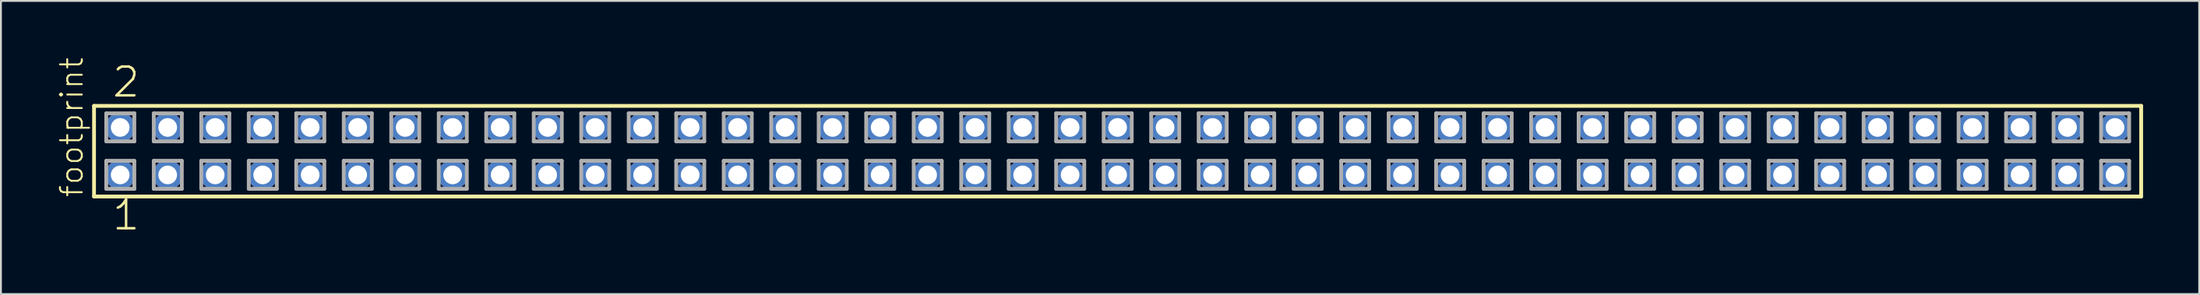
<source format=kicad_pcb>
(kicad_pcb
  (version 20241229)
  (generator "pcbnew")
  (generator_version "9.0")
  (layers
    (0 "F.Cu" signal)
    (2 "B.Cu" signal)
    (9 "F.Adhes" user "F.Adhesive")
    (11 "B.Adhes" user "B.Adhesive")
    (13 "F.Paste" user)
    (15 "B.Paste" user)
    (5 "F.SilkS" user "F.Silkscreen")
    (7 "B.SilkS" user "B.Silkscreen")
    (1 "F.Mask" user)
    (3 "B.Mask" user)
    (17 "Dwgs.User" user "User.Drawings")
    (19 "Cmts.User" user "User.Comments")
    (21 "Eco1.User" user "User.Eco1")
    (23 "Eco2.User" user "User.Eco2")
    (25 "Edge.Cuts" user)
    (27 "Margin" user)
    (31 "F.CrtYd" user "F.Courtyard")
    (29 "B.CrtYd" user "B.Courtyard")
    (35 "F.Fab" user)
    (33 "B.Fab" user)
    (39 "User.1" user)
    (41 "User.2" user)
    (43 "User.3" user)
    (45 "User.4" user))
  (footprint "footprint"
    (layer "F.Cu")
    (at 56.718 5.042)
    (property "Reference" "footprint" (at -55.245 2.54 90) (layer "F.SilkS") (effects (font (size 1.168 1.168) (thickness 0.102)) (justify left bottom)))
    (fp_line (start -54.739 -2.425) (end 54.739 -2.425) (stroke (width 0.203) (type solid)) (layer "F.SilkS"))
    (fp_line (start -54.739 2.425) (end -54.739 -2.425) (stroke (width 0.203) (type solid)) (layer "F.SilkS"))
    (fp_line (start 54.739 -2.425) (end 54.739 2.425) (stroke (width 0.203) (type solid)) (layer "F.SilkS"))
    (fp_line (start 54.739 2.425) (end -54.739 2.425) (stroke (width 0.203) (type solid)) (layer "F.SilkS"))
    (fp_line (start -54.085 -2.025) (end -52.585 -2.025) (stroke (width 0.203) (type solid)) (layer "F.Fab"))
    (fp_line (start -54.085 -0.525) (end -54.085 -2.025) (stroke (width 0.203) (type solid)) (layer "F.Fab"))
    (fp_line (start -54.085 0.515) (end -52.585 0.515) (stroke (width 0.203) (type solid)) (layer "F.Fab"))
    (fp_line (start -54.085 2.015) (end -54.085 0.515) (stroke (width 0.203) (type solid)) (layer "F.Fab"))
    (fp_line (start -52.585 -2.025) (end -52.585 -0.525) (stroke (width 0.203) (type solid)) (layer "F.Fab"))
    (fp_line (start -52.585 -0.525) (end -54.085 -0.525) (stroke (width 0.203) (type solid)) (layer "F.Fab"))
    (fp_line (start -52.585 0.515) (end -52.585 2.015) (stroke (width 0.203) (type solid)) (layer "F.Fab"))
    (fp_line (start -52.585 2.015) (end -54.085 2.015) (stroke (width 0.203) (type solid)) (layer "F.Fab"))
    (fp_line (start -51.545 -2.025) (end -50.045 -2.025) (stroke (width 0.203) (type solid)) (layer "F.Fab"))
    (fp_line (start -51.545 -0.525) (end -51.545 -2.025) (stroke (width 0.203) (type solid)) (layer "F.Fab"))
    (fp_line (start -51.545 0.515) (end -50.045 0.515) (stroke (width 0.203) (type solid)) (layer "F.Fab"))
    (fp_line (start -51.545 2.015) (end -51.545 0.515) (stroke (width 0.203) (type solid)) (layer "F.Fab"))
    (fp_line (start -50.045 -2.025) (end -50.045 -0.525) (stroke (width 0.203) (type solid)) (layer "F.Fab"))
    (fp_line (start -50.045 -0.525) (end -51.545 -0.525) (stroke (width 0.203) (type solid)) (layer "F.Fab"))
    (fp_line (start -50.045 0.515) (end -50.045 2.015) (stroke (width 0.203) (type solid)) (layer "F.Fab"))
    (fp_line (start -50.045 2.015) (end -51.545 2.015) (stroke (width 0.203) (type solid)) (layer "F.Fab"))
    (fp_line (start -49.005 -2.025) (end -47.505 -2.025) (stroke (width 0.203) (type solid)) (layer "F.Fab"))
    (fp_line (start -49.005 -0.525) (end -49.005 -2.025) (stroke (width 0.203) (type solid)) (layer "F.Fab"))
    (fp_line (start -49.005 0.515) (end -47.505 0.515) (stroke (width 0.203) (type solid)) (layer "F.Fab"))
    (fp_line (start -49.005 2.015) (end -49.005 0.515) (stroke (width 0.203) (type solid)) (layer "F.Fab"))
    (fp_line (start -47.505 -2.025) (end -47.505 -0.525) (stroke (width 0.203) (type solid)) (layer "F.Fab"))
    (fp_line (start -47.505 -0.525) (end -49.005 -0.525) (stroke (width 0.203) (type solid)) (layer "F.Fab"))
    (fp_line (start -47.505 0.515) (end -47.505 2.015) (stroke (width 0.203) (type solid)) (layer "F.Fab"))
    (fp_line (start -47.505 2.015) (end -49.005 2.015) (stroke (width 0.203) (type solid)) (layer "F.Fab"))
    (fp_line (start -46.465 -2.025) (end -44.965 -2.025) (stroke (width 0.203) (type solid)) (layer "F.Fab"))
    (fp_line (start -46.465 -0.525) (end -46.465 -2.025) (stroke (width 0.203) (type solid)) (layer "F.Fab"))
    (fp_line (start -46.465 0.515) (end -44.965 0.515) (stroke (width 0.203) (type solid)) (layer "F.Fab"))
    (fp_line (start -46.465 2.015) (end -46.465 0.515) (stroke (width 0.203) (type solid)) (layer "F.Fab"))
    (fp_line (start -44.965 -2.025) (end -44.965 -0.525) (stroke (width 0.203) (type solid)) (layer "F.Fab"))
    (fp_line (start -44.965 -0.525) (end -46.465 -0.525) (stroke (width 0.203) (type solid)) (layer "F.Fab"))
    (fp_line (start -44.965 0.515) (end -44.965 2.015) (stroke (width 0.203) (type solid)) (layer "F.Fab"))
    (fp_line (start -44.965 2.015) (end -46.465 2.015) (stroke (width 0.203) (type solid)) (layer "F.Fab"))
    (fp_line (start -43.925 -2.025) (end -42.425 -2.025) (stroke (width 0.203) (type solid)) (layer "F.Fab"))
    (fp_line (start -43.925 -0.525) (end -43.925 -2.025) (stroke (width 0.203) (type solid)) (layer "F.Fab"))
    (fp_line (start -43.925 0.515) (end -42.425 0.515) (stroke (width 0.203) (type solid)) (layer "F.Fab"))
    (fp_line (start -43.925 2.015) (end -43.925 0.515) (stroke (width 0.203) (type solid)) (layer "F.Fab"))
    (fp_line (start -42.425 -2.025) (end -42.425 -0.525) (stroke (width 0.203) (type solid)) (layer "F.Fab"))
    (fp_line (start -42.425 -0.525) (end -43.925 -0.525) (stroke (width 0.203) (type solid)) (layer "F.Fab"))
    (fp_line (start -42.425 0.515) (end -42.425 2.015) (stroke (width 0.203) (type solid)) (layer "F.Fab"))
    (fp_line (start -42.425 2.015) (end -43.925 2.015) (stroke (width 0.203) (type solid)) (layer "F.Fab"))
    (fp_line (start -41.385 -2.025) (end -39.885 -2.025) (stroke (width 0.203) (type solid)) (layer "F.Fab"))
    (fp_line (start -41.385 -0.525) (end -41.385 -2.025) (stroke (width 0.203) (type solid)) (layer "F.Fab"))
    (fp_line (start -41.385 0.515) (end -39.885 0.515) (stroke (width 0.203) (type solid)) (layer "F.Fab"))
    (fp_line (start -41.385 2.015) (end -41.385 0.515) (stroke (width 0.203) (type solid)) (layer "F.Fab"))
    (fp_line (start -39.885 -2.025) (end -39.885 -0.525) (stroke (width 0.203) (type solid)) (layer "F.Fab"))
    (fp_line (start -39.885 -0.525) (end -41.385 -0.525) (stroke (width 0.203) (type solid)) (layer "F.Fab"))
    (fp_line (start -39.885 0.515) (end -39.885 2.015) (stroke (width 0.203) (type solid)) (layer "F.Fab"))
    (fp_line (start -39.885 2.015) (end -41.385 2.015) (stroke (width 0.203) (type solid)) (layer "F.Fab"))
    (fp_line (start -38.845 -2.025) (end -37.345 -2.025) (stroke (width 0.203) (type solid)) (layer "F.Fab"))
    (fp_line (start -38.845 -0.525) (end -38.845 -2.025) (stroke (width 0.203) (type solid)) (layer "F.Fab"))
    (fp_line (start -38.845 0.515) (end -37.345 0.515) (stroke (width 0.203) (type solid)) (layer "F.Fab"))
    (fp_line (start -38.845 2.015) (end -38.845 0.515) (stroke (width 0.203) (type solid)) (layer "F.Fab"))
    (fp_line (start -37.345 -2.025) (end -37.345 -0.525) (stroke (width 0.203) (type solid)) (layer "F.Fab"))
    (fp_line (start -37.345 -0.525) (end -38.845 -0.525) (stroke (width 0.203) (type solid)) (layer "F.Fab"))
    (fp_line (start -37.345 0.515) (end -37.345 2.015) (stroke (width 0.203) (type solid)) (layer "F.Fab"))
    (fp_line (start -37.345 2.015) (end -38.845 2.015) (stroke (width 0.203) (type solid)) (layer "F.Fab"))
    (fp_line (start -36.305 -2.025) (end -34.805 -2.025) (stroke (width 0.203) (type solid)) (layer "F.Fab"))
    (fp_line (start -36.305 -0.525) (end -36.305 -2.025) (stroke (width 0.203) (type solid)) (layer "F.Fab"))
    (fp_line (start -36.305 0.515) (end -34.805 0.515) (stroke (width 0.203) (type solid)) (layer "F.Fab"))
    (fp_line (start -36.305 2.015) (end -36.305 0.515) (stroke (width 0.203) (type solid)) (layer "F.Fab"))
    (fp_line (start -34.805 -2.025) (end -34.805 -0.525) (stroke (width 0.203) (type solid)) (layer "F.Fab"))
    (fp_line (start -34.805 -0.525) (end -36.305 -0.525) (stroke (width 0.203) (type solid)) (layer "F.Fab"))
    (fp_line (start -34.805 0.515) (end -34.805 2.015) (stroke (width 0.203) (type solid)) (layer "F.Fab"))
    (fp_line (start -34.805 2.015) (end -36.305 2.015) (stroke (width 0.203) (type solid)) (layer "F.Fab"))
    (fp_line (start -33.765 -2.025) (end -32.265 -2.025) (stroke (width 0.203) (type solid)) (layer "F.Fab"))
    (fp_line (start -33.765 -0.525) (end -33.765 -2.025) (stroke (width 0.203) (type solid)) (layer "F.Fab"))
    (fp_line (start -33.765 0.515) (end -32.265 0.515) (stroke (width 0.203) (type solid)) (layer "F.Fab"))
    (fp_line (start -33.765 2.015) (end -33.765 0.515) (stroke (width 0.203) (type solid)) (layer "F.Fab"))
    (fp_line (start -32.265 -2.025) (end -32.265 -0.525) (stroke (width 0.203) (type solid)) (layer "F.Fab"))
    (fp_line (start -32.265 -0.525) (end -33.765 -0.525) (stroke (width 0.203) (type solid)) (layer "F.Fab"))
    (fp_line (start -32.265 0.515) (end -32.265 2.015) (stroke (width 0.203) (type solid)) (layer "F.Fab"))
    (fp_line (start -32.265 2.015) (end -33.765 2.015) (stroke (width 0.203) (type solid)) (layer "F.Fab"))
    (fp_line (start -31.225 -2.025) (end -29.725 -2.025) (stroke (width 0.203) (type solid)) (layer "F.Fab"))
    (fp_line (start -31.225 -0.525) (end -31.225 -2.025) (stroke (width 0.203) (type solid)) (layer "F.Fab"))
    (fp_line (start -31.225 0.515) (end -29.725 0.515) (stroke (width 0.203) (type solid)) (layer "F.Fab"))
    (fp_line (start -31.225 2.015) (end -31.225 0.515) (stroke (width 0.203) (type solid)) (layer "F.Fab"))
    (fp_line (start -29.725 -2.025) (end -29.725 -0.525) (stroke (width 0.203) (type solid)) (layer "F.Fab"))
    (fp_line (start -29.725 -0.525) (end -31.225 -0.525) (stroke (width 0.203) (type solid)) (layer "F.Fab"))
    (fp_line (start -29.725 0.515) (end -29.725 2.015) (stroke (width 0.203) (type solid)) (layer "F.Fab"))
    (fp_line (start -29.725 2.015) (end -31.225 2.015) (stroke (width 0.203) (type solid)) (layer "F.Fab"))
    (fp_line (start -28.685 -2.025) (end -27.185 -2.025) (stroke (width 0.203) (type solid)) (layer "F.Fab"))
    (fp_line (start -28.685 -0.525) (end -28.685 -2.025) (stroke (width 0.203) (type solid)) (layer "F.Fab"))
    (fp_line (start -28.685 0.515) (end -27.185 0.515) (stroke (width 0.203) (type solid)) (layer "F.Fab"))
    (fp_line (start -28.685 2.015) (end -28.685 0.515) (stroke (width 0.203) (type solid)) (layer "F.Fab"))
    (fp_line (start -27.185 -2.025) (end -27.185 -0.525) (stroke (width 0.203) (type solid)) (layer "F.Fab"))
    (fp_line (start -27.185 -0.525) (end -28.685 -0.525) (stroke (width 0.203) (type solid)) (layer "F.Fab"))
    (fp_line (start -27.185 0.515) (end -27.185 2.015) (stroke (width 0.203) (type solid)) (layer "F.Fab"))
    (fp_line (start -27.185 2.015) (end -28.685 2.015) (stroke (width 0.203) (type solid)) (layer "F.Fab"))
    (fp_line (start -26.145 -2.025) (end -24.645 -2.025) (stroke (width 0.203) (type solid)) (layer "F.Fab"))
    (fp_line (start -26.145 -0.525) (end -26.145 -2.025) (stroke (width 0.203) (type solid)) (layer "F.Fab"))
    (fp_line (start -26.145 0.515) (end -24.645 0.515) (stroke (width 0.203) (type solid)) (layer "F.Fab"))
    (fp_line (start -26.145 2.015) (end -26.145 0.515) (stroke (width 0.203) (type solid)) (layer "F.Fab"))
    (fp_line (start -24.645 -2.025) (end -24.645 -0.525) (stroke (width 0.203) (type solid)) (layer "F.Fab"))
    (fp_line (start -24.645 -0.525) (end -26.145 -0.525) (stroke (width 0.203) (type solid)) (layer "F.Fab"))
    (fp_line (start -24.645 0.515) (end -24.645 2.015) (stroke (width 0.203) (type solid)) (layer "F.Fab"))
    (fp_line (start -24.645 2.015) (end -26.145 2.015) (stroke (width 0.203) (type solid)) (layer "F.Fab"))
    (fp_line (start -23.605 -2.025) (end -22.105 -2.025) (stroke (width 0.203) (type solid)) (layer "F.Fab"))
    (fp_line (start -23.605 -0.525) (end -23.605 -2.025) (stroke (width 0.203) (type solid)) (layer "F.Fab"))
    (fp_line (start -23.605 0.515) (end -22.105 0.515) (stroke (width 0.203) (type solid)) (layer "F.Fab"))
    (fp_line (start -23.605 2.015) (end -23.605 0.515) (stroke (width 0.203) (type solid)) (layer "F.Fab"))
    (fp_line (start -22.105 -2.025) (end -22.105 -0.525) (stroke (width 0.203) (type solid)) (layer "F.Fab"))
    (fp_line (start -22.105 -0.525) (end -23.605 -0.525) (stroke (width 0.203) (type solid)) (layer "F.Fab"))
    (fp_line (start -22.105 0.515) (end -22.105 2.015) (stroke (width 0.203) (type solid)) (layer "F.Fab"))
    (fp_line (start -22.105 2.015) (end -23.605 2.015) (stroke (width 0.203) (type solid)) (layer "F.Fab"))
    (fp_line (start -21.065 -2.025) (end -19.565 -2.025) (stroke (width 0.203) (type solid)) (layer "F.Fab"))
    (fp_line (start -21.065 -0.525) (end -21.065 -2.025) (stroke (width 0.203) (type solid)) (layer "F.Fab"))
    (fp_line (start -21.065 0.515) (end -19.565 0.515) (stroke (width 0.203) (type solid)) (layer "F.Fab"))
    (fp_line (start -21.065 2.015) (end -21.065 0.515) (stroke (width 0.203) (type solid)) (layer "F.Fab"))
    (fp_line (start -19.565 -2.025) (end -19.565 -0.525) (stroke (width 0.203) (type solid)) (layer "F.Fab"))
    (fp_line (start -19.565 -0.525) (end -21.065 -0.525) (stroke (width 0.203) (type solid)) (layer "F.Fab"))
    (fp_line (start -19.565 0.515) (end -19.565 2.015) (stroke (width 0.203) (type solid)) (layer "F.Fab"))
    (fp_line (start -19.565 2.015) (end -21.065 2.015) (stroke (width 0.203) (type solid)) (layer "F.Fab"))
    (fp_line (start -18.525 -2.025) (end -17.025 -2.025) (stroke (width 0.203) (type solid)) (layer "F.Fab"))
    (fp_line (start -18.525 -0.525) (end -18.525 -2.025) (stroke (width 0.203) (type solid)) (layer "F.Fab"))
    (fp_line (start -18.525 0.515) (end -17.025 0.515) (stroke (width 0.203) (type solid)) (layer "F.Fab"))
    (fp_line (start -18.525 2.015) (end -18.525 0.515) (stroke (width 0.203) (type solid)) (layer "F.Fab"))
    (fp_line (start -17.025 -2.025) (end -17.025 -0.525) (stroke (width 0.203) (type solid)) (layer "F.Fab"))
    (fp_line (start -17.025 -0.525) (end -18.525 -0.525) (stroke (width 0.203) (type solid)) (layer "F.Fab"))
    (fp_line (start -17.025 0.515) (end -17.025 2.015) (stroke (width 0.203) (type solid)) (layer "F.Fab"))
    (fp_line (start -17.025 2.015) (end -18.525 2.015) (stroke (width 0.203) (type solid)) (layer "F.Fab"))
    (fp_line (start -15.985 -2.025) (end -14.485 -2.025) (stroke (width 0.203) (type solid)) (layer "F.Fab"))
    (fp_line (start -15.985 -0.525) (end -15.985 -2.025) (stroke (width 0.203) (type solid)) (layer "F.Fab"))
    (fp_line (start -15.985 0.515) (end -14.485 0.515) (stroke (width 0.203) (type solid)) (layer "F.Fab"))
    (fp_line (start -15.985 2.015) (end -15.985 0.515) (stroke (width 0.203) (type solid)) (layer "F.Fab"))
    (fp_line (start -14.485 -2.025) (end -14.485 -0.525) (stroke (width 0.203) (type solid)) (layer "F.Fab"))
    (fp_line (start -14.485 -0.525) (end -15.985 -0.525) (stroke (width 0.203) (type solid)) (layer "F.Fab"))
    (fp_line (start -14.485 0.515) (end -14.485 2.015) (stroke (width 0.203) (type solid)) (layer "F.Fab"))
    (fp_line (start -14.485 2.015) (end -15.985 2.015) (stroke (width 0.203) (type solid)) (layer "F.Fab"))
    (fp_line (start -13.445 -2.025) (end -11.945 -2.025) (stroke (width 0.203) (type solid)) (layer "F.Fab"))
    (fp_line (start -13.445 -0.525) (end -13.445 -2.025) (stroke (width 0.203) (type solid)) (layer "F.Fab"))
    (fp_line (start -13.445 0.515) (end -11.945 0.515) (stroke (width 0.203) (type solid)) (layer "F.Fab"))
    (fp_line (start -13.445 2.015) (end -13.445 0.515) (stroke (width 0.203) (type solid)) (layer "F.Fab"))
    (fp_line (start -11.945 -2.025) (end -11.945 -0.525) (stroke (width 0.203) (type solid)) (layer "F.Fab"))
    (fp_line (start -11.945 -0.525) (end -13.445 -0.525) (stroke (width 0.203) (type solid)) (layer "F.Fab"))
    (fp_line (start -11.945 0.515) (end -11.945 2.015) (stroke (width 0.203) (type solid)) (layer "F.Fab"))
    (fp_line (start -11.945 2.015) (end -13.445 2.015) (stroke (width 0.203) (type solid)) (layer "F.Fab"))
    (fp_line (start -10.905 -2.025) (end -9.405 -2.025) (stroke (width 0.203) (type solid)) (layer "F.Fab"))
    (fp_line (start -10.905 -0.525) (end -10.905 -2.025) (stroke (width 0.203) (type solid)) (layer "F.Fab"))
    (fp_line (start -10.905 0.515) (end -9.405 0.515) (stroke (width 0.203) (type solid)) (layer "F.Fab"))
    (fp_line (start -10.905 2.015) (end -10.905 0.515) (stroke (width 0.203) (type solid)) (layer "F.Fab"))
    (fp_line (start -9.405 -2.025) (end -9.405 -0.525) (stroke (width 0.203) (type solid)) (layer "F.Fab"))
    (fp_line (start -9.405 -0.525) (end -10.905 -0.525) (stroke (width 0.203) (type solid)) (layer "F.Fab"))
    (fp_line (start -9.405 0.515) (end -9.405 2.015) (stroke (width 0.203) (type solid)) (layer "F.Fab"))
    (fp_line (start -9.405 2.015) (end -10.905 2.015) (stroke (width 0.203) (type solid)) (layer "F.Fab"))
    (fp_line (start -8.365 -2.025) (end -6.865 -2.025) (stroke (width 0.203) (type solid)) (layer "F.Fab"))
    (fp_line (start -8.365 -0.525) (end -8.365 -2.025) (stroke (width 0.203) (type solid)) (layer "F.Fab"))
    (fp_line (start -8.365 0.515) (end -6.865 0.515) (stroke (width 0.203) (type solid)) (layer "F.Fab"))
    (fp_line (start -8.365 2.015) (end -8.365 0.515) (stroke (width 0.203) (type solid)) (layer "F.Fab"))
    (fp_line (start -6.865 -2.025) (end -6.865 -0.525) (stroke (width 0.203) (type solid)) (layer "F.Fab"))
    (fp_line (start -6.865 -0.525) (end -8.365 -0.525) (stroke (width 0.203) (type solid)) (layer "F.Fab"))
    (fp_line (start -6.865 0.515) (end -6.865 2.015) (stroke (width 0.203) (type solid)) (layer "F.Fab"))
    (fp_line (start -6.865 2.015) (end -8.365 2.015) (stroke (width 0.203) (type solid)) (layer "F.Fab"))
    (fp_line (start -5.825 -2.025) (end -4.325 -2.025) (stroke (width 0.203) (type solid)) (layer "F.Fab"))
    (fp_line (start -5.825 -0.525) (end -5.825 -2.025) (stroke (width 0.203) (type solid)) (layer "F.Fab"))
    (fp_line (start -5.825 0.515) (end -4.325 0.515) (stroke (width 0.203) (type solid)) (layer "F.Fab"))
    (fp_line (start -5.825 2.015) (end -5.825 0.515) (stroke (width 0.203) (type solid)) (layer "F.Fab"))
    (fp_line (start -4.325 -2.025) (end -4.325 -0.525) (stroke (width 0.203) (type solid)) (layer "F.Fab"))
    (fp_line (start -4.325 -0.525) (end -5.825 -0.525) (stroke (width 0.203) (type solid)) (layer "F.Fab"))
    (fp_line (start -4.325 0.515) (end -4.325 2.015) (stroke (width 0.203) (type solid)) (layer "F.Fab"))
    (fp_line (start -4.325 2.015) (end -5.825 2.015) (stroke (width 0.203) (type solid)) (layer "F.Fab"))
    (fp_line (start -3.285 -2.025) (end -1.785 -2.025) (stroke (width 0.203) (type solid)) (layer "F.Fab"))
    (fp_line (start -3.285 -0.525) (end -3.285 -2.025) (stroke (width 0.203) (type solid)) (layer "F.Fab"))
    (fp_line (start -3.285 0.515) (end -1.785 0.515) (stroke (width 0.203) (type solid)) (layer "F.Fab"))
    (fp_line (start -3.285 2.015) (end -3.285 0.515) (stroke (width 0.203) (type solid)) (layer "F.Fab"))
    (fp_line (start -1.785 -2.025) (end -1.785 -0.525) (stroke (width 0.203) (type solid)) (layer "F.Fab"))
    (fp_line (start -1.785 -0.525) (end -3.285 -0.525) (stroke (width 0.203) (type solid)) (layer "F.Fab"))
    (fp_line (start -1.785 0.515) (end -1.785 2.015) (stroke (width 0.203) (type solid)) (layer "F.Fab"))
    (fp_line (start -1.785 2.015) (end -3.285 2.015) (stroke (width 0.203) (type solid)) (layer "F.Fab"))
    (fp_line (start -0.745 -2.025) (end 0.755 -2.025) (stroke (width 0.203) (type solid)) (layer "F.Fab"))
    (fp_line (start -0.745 -0.525) (end -0.745 -2.025) (stroke (width 0.203) (type solid)) (layer "F.Fab"))
    (fp_line (start -0.745 0.515) (end 0.755 0.515) (stroke (width 0.203) (type solid)) (layer "F.Fab"))
    (fp_line (start -0.745 2.015) (end -0.745 0.515) (stroke (width 0.203) (type solid)) (layer "F.Fab"))
    (fp_line (start 0.755 -2.025) (end 0.755 -0.525) (stroke (width 0.203) (type solid)) (layer "F.Fab"))
    (fp_line (start 0.755 -0.525) (end -0.745 -0.525) (stroke (width 0.203) (type solid)) (layer "F.Fab"))
    (fp_line (start 0.755 0.515) (end 0.755 2.015) (stroke (width 0.203) (type solid)) (layer "F.Fab"))
    (fp_line (start 0.755 2.015) (end -0.745 2.015) (stroke (width 0.203) (type solid)) (layer "F.Fab"))
    (fp_line (start 1.795 -2.025) (end 3.295 -2.025) (stroke (width 0.203) (type solid)) (layer "F.Fab"))
    (fp_line (start 1.795 -0.525) (end 1.795 -2.025) (stroke (width 0.203) (type solid)) (layer "F.Fab"))
    (fp_line (start 1.795 0.515) (end 3.295 0.515) (stroke (width 0.203) (type solid)) (layer "F.Fab"))
    (fp_line (start 1.795 2.015) (end 1.795 0.515) (stroke (width 0.203) (type solid)) (layer "F.Fab"))
    (fp_line (start 3.295 -2.025) (end 3.295 -0.525) (stroke (width 0.203) (type solid)) (layer "F.Fab"))
    (fp_line (start 3.295 -0.525) (end 1.795 -0.525) (stroke (width 0.203) (type solid)) (layer "F.Fab"))
    (fp_line (start 3.295 0.515) (end 3.295 2.015) (stroke (width 0.203) (type solid)) (layer "F.Fab"))
    (fp_line (start 3.295 2.015) (end 1.795 2.015) (stroke (width 0.203) (type solid)) (layer "F.Fab"))
    (fp_line (start 4.335 -2.025) (end 5.835 -2.025) (stroke (width 0.203) (type solid)) (layer "F.Fab"))
    (fp_line (start 4.335 -0.525) (end 4.335 -2.025) (stroke (width 0.203) (type solid)) (layer "F.Fab"))
    (fp_line (start 4.335 0.515) (end 5.835 0.515) (stroke (width 0.203) (type solid)) (layer "F.Fab"))
    (fp_line (start 4.335 2.015) (end 4.335 0.515) (stroke (width 0.203) (type solid)) (layer "F.Fab"))
    (fp_line (start 5.835 -2.025) (end 5.835 -0.525) (stroke (width 0.203) (type solid)) (layer "F.Fab"))
    (fp_line (start 5.835 -0.525) (end 4.335 -0.525) (stroke (width 0.203) (type solid)) (layer "F.Fab"))
    (fp_line (start 5.835 0.515) (end 5.835 2.015) (stroke (width 0.203) (type solid)) (layer "F.Fab"))
    (fp_line (start 5.835 2.015) (end 4.335 2.015) (stroke (width 0.203) (type solid)) (layer "F.Fab"))
    (fp_line (start 6.875 -2.025) (end 8.375 -2.025) (stroke (width 0.203) (type solid)) (layer "F.Fab"))
    (fp_line (start 6.875 -0.525) (end 6.875 -2.025) (stroke (width 0.203) (type solid)) (layer "F.Fab"))
    (fp_line (start 6.875 0.515) (end 8.375 0.515) (stroke (width 0.203) (type solid)) (layer "F.Fab"))
    (fp_line (start 6.875 2.015) (end 6.875 0.515) (stroke (width 0.203) (type solid)) (layer "F.Fab"))
    (fp_line (start 8.375 -2.025) (end 8.375 -0.525) (stroke (width 0.203) (type solid)) (layer "F.Fab"))
    (fp_line (start 8.375 -0.525) (end 6.875 -0.525) (stroke (width 0.203) (type solid)) (layer "F.Fab"))
    (fp_line (start 8.375 0.515) (end 8.375 2.015) (stroke (width 0.203) (type solid)) (layer "F.Fab"))
    (fp_line (start 8.375 2.015) (end 6.875 2.015) (stroke (width 0.203) (type solid)) (layer "F.Fab"))
    (fp_line (start 9.415 -2.025) (end 10.915 -2.025) (stroke (width 0.203) (type solid)) (layer "F.Fab"))
    (fp_line (start 9.415 -0.525) (end 9.415 -2.025) (stroke (width 0.203) (type solid)) (layer "F.Fab"))
    (fp_line (start 9.415 0.515) (end 10.915 0.515) (stroke (width 0.203) (type solid)) (layer "F.Fab"))
    (fp_line (start 9.415 2.015) (end 9.415 0.515) (stroke (width 0.203) (type solid)) (layer "F.Fab"))
    (fp_line (start 10.915 -2.025) (end 10.915 -0.525) (stroke (width 0.203) (type solid)) (layer "F.Fab"))
    (fp_line (start 10.915 -0.525) (end 9.415 -0.525) (stroke (width 0.203) (type solid)) (layer "F.Fab"))
    (fp_line (start 10.915 0.515) (end 10.915 2.015) (stroke (width 0.203) (type solid)) (layer "F.Fab"))
    (fp_line (start 10.915 2.015) (end 9.415 2.015) (stroke (width 0.203) (type solid)) (layer "F.Fab"))
    (fp_line (start 11.955 -2.025) (end 13.455 -2.025) (stroke (width 0.203) (type solid)) (layer "F.Fab"))
    (fp_line (start 11.955 -0.525) (end 11.955 -2.025) (stroke (width 0.203) (type solid)) (layer "F.Fab"))
    (fp_line (start 11.955 0.515) (end 13.455 0.515) (stroke (width 0.203) (type solid)) (layer "F.Fab"))
    (fp_line (start 11.955 2.015) (end 11.955 0.515) (stroke (width 0.203) (type solid)) (layer "F.Fab"))
    (fp_line (start 13.455 -2.025) (end 13.455 -0.525) (stroke (width 0.203) (type solid)) (layer "F.Fab"))
    (fp_line (start 13.455 -0.525) (end 11.955 -0.525) (stroke (width 0.203) (type solid)) (layer "F.Fab"))
    (fp_line (start 13.455 0.515) (end 13.455 2.015) (stroke (width 0.203) (type solid)) (layer "F.Fab"))
    (fp_line (start 13.455 2.015) (end 11.955 2.015) (stroke (width 0.203) (type solid)) (layer "F.Fab"))
    (fp_line (start 14.495 -2.025) (end 15.995 -2.025) (stroke (width 0.203) (type solid)) (layer "F.Fab"))
    (fp_line (start 14.495 -0.525) (end 14.495 -2.025) (stroke (width 0.203) (type solid)) (layer "F.Fab"))
    (fp_line (start 14.495 0.515) (end 15.995 0.515) (stroke (width 0.203) (type solid)) (layer "F.Fab"))
    (fp_line (start 14.495 2.015) (end 14.495 0.515) (stroke (width 0.203) (type solid)) (layer "F.Fab"))
    (fp_line (start 15.995 -2.025) (end 15.995 -0.525) (stroke (width 0.203) (type solid)) (layer "F.Fab"))
    (fp_line (start 15.995 -0.525) (end 14.495 -0.525) (stroke (width 0.203) (type solid)) (layer "F.Fab"))
    (fp_line (start 15.995 0.515) (end 15.995 2.015) (stroke (width 0.203) (type solid)) (layer "F.Fab"))
    (fp_line (start 15.995 2.015) (end 14.495 2.015) (stroke (width 0.203) (type solid)) (layer "F.Fab"))
    (fp_line (start 17.035 -2.025) (end 18.535 -2.025) (stroke (width 0.203) (type solid)) (layer "F.Fab"))
    (fp_line (start 17.035 -0.525) (end 17.035 -2.025) (stroke (width 0.203) (type solid)) (layer "F.Fab"))
    (fp_line (start 17.035 0.515) (end 18.535 0.515) (stroke (width 0.203) (type solid)) (layer "F.Fab"))
    (fp_line (start 17.035 2.015) (end 17.035 0.515) (stroke (width 0.203) (type solid)) (layer "F.Fab"))
    (fp_line (start 18.535 -2.025) (end 18.535 -0.525) (stroke (width 0.203) (type solid)) (layer "F.Fab"))
    (fp_line (start 18.535 -0.525) (end 17.035 -0.525) (stroke (width 0.203) (type solid)) (layer "F.Fab"))
    (fp_line (start 18.535 0.515) (end 18.535 2.015) (stroke (width 0.203) (type solid)) (layer "F.Fab"))
    (fp_line (start 18.535 2.015) (end 17.035 2.015) (stroke (width 0.203) (type solid)) (layer "F.Fab"))
    (fp_line (start 19.575 -2.025) (end 21.075 -2.025) (stroke (width 0.203) (type solid)) (layer "F.Fab"))
    (fp_line (start 19.575 -0.525) (end 19.575 -2.025) (stroke (width 0.203) (type solid)) (layer "F.Fab"))
    (fp_line (start 19.575 0.515) (end 21.075 0.515) (stroke (width 0.203) (type solid)) (layer "F.Fab"))
    (fp_line (start 19.575 2.015) (end 19.575 0.515) (stroke (width 0.203) (type solid)) (layer "F.Fab"))
    (fp_line (start 21.075 -2.025) (end 21.075 -0.525) (stroke (width 0.203) (type solid)) (layer "F.Fab"))
    (fp_line (start 21.075 -0.525) (end 19.575 -0.525) (stroke (width 0.203) (type solid)) (layer "F.Fab"))
    (fp_line (start 21.075 0.515) (end 21.075 2.015) (stroke (width 0.203) (type solid)) (layer "F.Fab"))
    (fp_line (start 21.075 2.015) (end 19.575 2.015) (stroke (width 0.203) (type solid)) (layer "F.Fab"))
    (fp_line (start 22.115 -2.025) (end 23.615 -2.025) (stroke (width 0.203) (type solid)) (layer "F.Fab"))
    (fp_line (start 22.115 -0.525) (end 22.115 -2.025) (stroke (width 0.203) (type solid)) (layer "F.Fab"))
    (fp_line (start 22.115 0.515) (end 23.615 0.515) (stroke (width 0.203) (type solid)) (layer "F.Fab"))
    (fp_line (start 22.115 2.015) (end 22.115 0.515) (stroke (width 0.203) (type solid)) (layer "F.Fab"))
    (fp_line (start 23.615 -2.025) (end 23.615 -0.525) (stroke (width 0.203) (type solid)) (layer "F.Fab"))
    (fp_line (start 23.615 -0.525) (end 22.115 -0.525) (stroke (width 0.203) (type solid)) (layer "F.Fab"))
    (fp_line (start 23.615 0.515) (end 23.615 2.015) (stroke (width 0.203) (type solid)) (layer "F.Fab"))
    (fp_line (start 23.615 2.015) (end 22.115 2.015) (stroke (width 0.203) (type solid)) (layer "F.Fab"))
    (fp_line (start 24.655 -2.025) (end 26.155 -2.025) (stroke (width 0.203) (type solid)) (layer "F.Fab"))
    (fp_line (start 24.655 -0.525) (end 24.655 -2.025) (stroke (width 0.203) (type solid)) (layer "F.Fab"))
    (fp_line (start 24.655 0.515) (end 26.155 0.515) (stroke (width 0.203) (type solid)) (layer "F.Fab"))
    (fp_line (start 24.655 2.015) (end 24.655 0.515) (stroke (width 0.203) (type solid)) (layer "F.Fab"))
    (fp_line (start 26.155 -2.025) (end 26.155 -0.525) (stroke (width 0.203) (type solid)) (layer "F.Fab"))
    (fp_line (start 26.155 -0.525) (end 24.655 -0.525) (stroke (width 0.203) (type solid)) (layer "F.Fab"))
    (fp_line (start 26.155 0.515) (end 26.155 2.015) (stroke (width 0.203) (type solid)) (layer "F.Fab"))
    (fp_line (start 26.155 2.015) (end 24.655 2.015) (stroke (width 0.203) (type solid)) (layer "F.Fab"))
    (fp_line (start 27.195 -2.025) (end 28.695 -2.025) (stroke (width 0.203) (type solid)) (layer "F.Fab"))
    (fp_line (start 27.195 -0.525) (end 27.195 -2.025) (stroke (width 0.203) (type solid)) (layer "F.Fab"))
    (fp_line (start 27.195 0.515) (end 28.695 0.515) (stroke (width 0.203) (type solid)) (layer "F.Fab"))
    (fp_line (start 27.195 2.015) (end 27.195 0.515) (stroke (width 0.203) (type solid)) (layer "F.Fab"))
    (fp_line (start 28.695 -2.025) (end 28.695 -0.525) (stroke (width 0.203) (type solid)) (layer "F.Fab"))
    (fp_line (start 28.695 -0.525) (end 27.195 -0.525) (stroke (width 0.203) (type solid)) (layer "F.Fab"))
    (fp_line (start 28.695 0.515) (end 28.695 2.015) (stroke (width 0.203) (type solid)) (layer "F.Fab"))
    (fp_line (start 28.695 2.015) (end 27.195 2.015) (stroke (width 0.203) (type solid)) (layer "F.Fab"))
    (fp_line (start 29.735 -2.025) (end 31.235 -2.025) (stroke (width 0.203) (type solid)) (layer "F.Fab"))
    (fp_line (start 29.735 -0.525) (end 29.735 -2.025) (stroke (width 0.203) (type solid)) (layer "F.Fab"))
    (fp_line (start 29.735 0.515) (end 31.235 0.515) (stroke (width 0.203) (type solid)) (layer "F.Fab"))
    (fp_line (start 29.735 2.015) (end 29.735 0.515) (stroke (width 0.203) (type solid)) (layer "F.Fab"))
    (fp_line (start 31.235 -2.025) (end 31.235 -0.525) (stroke (width 0.203) (type solid)) (layer "F.Fab"))
    (fp_line (start 31.235 -0.525) (end 29.735 -0.525) (stroke (width 0.203) (type solid)) (layer "F.Fab"))
    (fp_line (start 31.235 0.515) (end 31.235 2.015) (stroke (width 0.203) (type solid)) (layer "F.Fab"))
    (fp_line (start 31.235 2.015) (end 29.735 2.015) (stroke (width 0.203) (type solid)) (layer "F.Fab"))
    (fp_line (start 32.275 -2.025) (end 33.775 -2.025) (stroke (width 0.203) (type solid)) (layer "F.Fab"))
    (fp_line (start 32.275 -0.525) (end 32.275 -2.025) (stroke (width 0.203) (type solid)) (layer "F.Fab"))
    (fp_line (start 32.275 0.515) (end 33.775 0.515) (stroke (width 0.203) (type solid)) (layer "F.Fab"))
    (fp_line (start 32.275 2.015) (end 32.275 0.515) (stroke (width 0.203) (type solid)) (layer "F.Fab"))
    (fp_line (start 33.775 -2.025) (end 33.775 -0.525) (stroke (width 0.203) (type solid)) (layer "F.Fab"))
    (fp_line (start 33.775 -0.525) (end 32.275 -0.525) (stroke (width 0.203) (type solid)) (layer "F.Fab"))
    (fp_line (start 33.775 0.515) (end 33.775 2.015) (stroke (width 0.203) (type solid)) (layer "F.Fab"))
    (fp_line (start 33.775 2.015) (end 32.275 2.015) (stroke (width 0.203) (type solid)) (layer "F.Fab"))
    (fp_line (start 34.815 -2.025) (end 36.315 -2.025) (stroke (width 0.203) (type solid)) (layer "F.Fab"))
    (fp_line (start 34.815 -0.525) (end 34.815 -2.025) (stroke (width 0.203) (type solid)) (layer "F.Fab"))
    (fp_line (start 34.815 0.515) (end 36.315 0.515) (stroke (width 0.203) (type solid)) (layer "F.Fab"))
    (fp_line (start 34.815 2.015) (end 34.815 0.515) (stroke (width 0.203) (type solid)) (layer "F.Fab"))
    (fp_line (start 36.315 -2.025) (end 36.315 -0.525) (stroke (width 0.203) (type solid)) (layer "F.Fab"))
    (fp_line (start 36.315 -0.525) (end 34.815 -0.525) (stroke (width 0.203) (type solid)) (layer "F.Fab"))
    (fp_line (start 36.315 0.515) (end 36.315 2.015) (stroke (width 0.203) (type solid)) (layer "F.Fab"))
    (fp_line (start 36.315 2.015) (end 34.815 2.015) (stroke (width 0.203) (type solid)) (layer "F.Fab"))
    (fp_line (start 37.355 -2.025) (end 38.855 -2.025) (stroke (width 0.203) (type solid)) (layer "F.Fab"))
    (fp_line (start 37.355 -0.525) (end 37.355 -2.025) (stroke (width 0.203) (type solid)) (layer "F.Fab"))
    (fp_line (start 37.355 0.515) (end 38.855 0.515) (stroke (width 0.203) (type solid)) (layer "F.Fab"))
    (fp_line (start 37.355 2.015) (end 37.355 0.515) (stroke (width 0.203) (type solid)) (layer "F.Fab"))
    (fp_line (start 38.855 -2.025) (end 38.855 -0.525) (stroke (width 0.203) (type solid)) (layer "F.Fab"))
    (fp_line (start 38.855 -0.525) (end 37.355 -0.525) (stroke (width 0.203) (type solid)) (layer "F.Fab"))
    (fp_line (start 38.855 0.515) (end 38.855 2.015) (stroke (width 0.203) (type solid)) (layer "F.Fab"))
    (fp_line (start 38.855 2.015) (end 37.355 2.015) (stroke (width 0.203) (type solid)) (layer "F.Fab"))
    (fp_line (start 39.895 -2.025) (end 41.395 -2.025) (stroke (width 0.203) (type solid)) (layer "F.Fab"))
    (fp_line (start 39.895 -0.525) (end 39.895 -2.025) (stroke (width 0.203) (type solid)) (layer "F.Fab"))
    (fp_line (start 39.895 0.515) (end 41.395 0.515) (stroke (width 0.203) (type solid)) (layer "F.Fab"))
    (fp_line (start 39.895 2.015) (end 39.895 0.515) (stroke (width 0.203) (type solid)) (layer "F.Fab"))
    (fp_line (start 41.395 -2.025) (end 41.395 -0.525) (stroke (width 0.203) (type solid)) (layer "F.Fab"))
    (fp_line (start 41.395 -0.525) (end 39.895 -0.525) (stroke (width 0.203) (type solid)) (layer "F.Fab"))
    (fp_line (start 41.395 0.515) (end 41.395 2.015) (stroke (width 0.203) (type solid)) (layer "F.Fab"))
    (fp_line (start 41.395 2.015) (end 39.895 2.015) (stroke (width 0.203) (type solid)) (layer "F.Fab"))
    (fp_line (start 42.435 -2.025) (end 43.935 -2.025) (stroke (width 0.203) (type solid)) (layer "F.Fab"))
    (fp_line (start 42.435 -0.525) (end 42.435 -2.025) (stroke (width 0.203) (type solid)) (layer "F.Fab"))
    (fp_line (start 42.435 0.515) (end 43.935 0.515) (stroke (width 0.203) (type solid)) (layer "F.Fab"))
    (fp_line (start 42.435 2.015) (end 42.435 0.515) (stroke (width 0.203) (type solid)) (layer "F.Fab"))
    (fp_line (start 43.935 -2.025) (end 43.935 -0.525) (stroke (width 0.203) (type solid)) (layer "F.Fab"))
    (fp_line (start 43.935 -0.525) (end 42.435 -0.525) (stroke (width 0.203) (type solid)) (layer "F.Fab"))
    (fp_line (start 43.935 0.515) (end 43.935 2.015) (stroke (width 0.203) (type solid)) (layer "F.Fab"))
    (fp_line (start 43.935 2.015) (end 42.435 2.015) (stroke (width 0.203) (type solid)) (layer "F.Fab"))
    (fp_line (start 44.975 -2.025) (end 46.475 -2.025) (stroke (width 0.203) (type solid)) (layer "F.Fab"))
    (fp_line (start 44.975 -0.525) (end 44.975 -2.025) (stroke (width 0.203) (type solid)) (layer "F.Fab"))
    (fp_line (start 44.975 0.515) (end 46.475 0.515) (stroke (width 0.203) (type solid)) (layer "F.Fab"))
    (fp_line (start 44.975 2.015) (end 44.975 0.515) (stroke (width 0.203) (type solid)) (layer "F.Fab"))
    (fp_line (start 46.475 -2.025) (end 46.475 -0.525) (stroke (width 0.203) (type solid)) (layer "F.Fab"))
    (fp_line (start 46.475 -0.525) (end 44.975 -0.525) (stroke (width 0.203) (type solid)) (layer "F.Fab"))
    (fp_line (start 46.475 0.515) (end 46.475 2.015) (stroke (width 0.203) (type solid)) (layer "F.Fab"))
    (fp_line (start 46.475 2.015) (end 44.975 2.015) (stroke (width 0.203) (type solid)) (layer "F.Fab"))
    (fp_line (start 47.515 -2.025) (end 49.015 -2.025) (stroke (width 0.203) (type solid)) (layer "F.Fab"))
    (fp_line (start 47.515 -0.525) (end 47.515 -2.025) (stroke (width 0.203) (type solid)) (layer "F.Fab"))
    (fp_line (start 47.515 0.515) (end 49.015 0.515) (stroke (width 0.203) (type solid)) (layer "F.Fab"))
    (fp_line (start 47.515 2.015) (end 47.515 0.515) (stroke (width 0.203) (type solid)) (layer "F.Fab"))
    (fp_line (start 49.015 -2.025) (end 49.015 -0.525) (stroke (width 0.203) (type solid)) (layer "F.Fab"))
    (fp_line (start 49.015 -0.525) (end 47.515 -0.525) (stroke (width 0.203) (type solid)) (layer "F.Fab"))
    (fp_line (start 49.015 0.515) (end 49.015 2.015) (stroke (width 0.203) (type solid)) (layer "F.Fab"))
    (fp_line (start 49.015 2.015) (end 47.515 2.015) (stroke (width 0.203) (type solid)) (layer "F.Fab"))
    (fp_line (start 50.055 -2.025) (end 51.555 -2.025) (stroke (width 0.203) (type solid)) (layer "F.Fab"))
    (fp_line (start 50.055 -0.525) (end 50.055 -2.025) (stroke (width 0.203) (type solid)) (layer "F.Fab"))
    (fp_line (start 50.055 0.515) (end 51.555 0.515) (stroke (width 0.203) (type solid)) (layer "F.Fab"))
    (fp_line (start 50.055 2.015) (end 50.055 0.515) (stroke (width 0.203) (type solid)) (layer "F.Fab"))
    (fp_line (start 51.555 -2.025) (end 51.555 -0.525) (stroke (width 0.203) (type solid)) (layer "F.Fab"))
    (fp_line (start 51.555 -0.525) (end 50.055 -0.525) (stroke (width 0.203) (type solid)) (layer "F.Fab"))
    (fp_line (start 51.555 0.515) (end 51.555 2.015) (stroke (width 0.203) (type solid)) (layer "F.Fab"))
    (fp_line (start 51.555 2.015) (end 50.055 2.015) (stroke (width 0.203) (type solid)) (layer "F.Fab"))
    (fp_line (start 52.595 -2.025) (end 54.095 -2.025) (stroke (width 0.203) (type solid)) (layer "F.Fab"))
    (fp_line (start 52.595 -0.525) (end 52.595 -2.025) (stroke (width 0.203) (type solid)) (layer "F.Fab"))
    (fp_line (start 52.595 0.515) (end 54.095 0.515) (stroke (width 0.203) (type solid)) (layer "F.Fab"))
    (fp_line (start 52.595 2.015) (end 52.595 0.515) (stroke (width 0.203) (type solid)) (layer "F.Fab"))
    (fp_line (start 54.095 -2.025) (end 54.095 -0.525) (stroke (width 0.203) (type solid)) (layer "F.Fab"))
    (fp_line (start 54.095 -0.525) (end 52.595 -0.525) (stroke (width 0.203) (type solid)) (layer "F.Fab"))
    (fp_line (start 54.095 0.515) (end 54.095 2.015) (stroke (width 0.203) (type solid)) (layer "F.Fab"))
    (fp_line (start 54.095 2.015) (end 52.595 2.015) (stroke (width 0.203) (type solid)) (layer "F.Fab"))
    (fp_text user "1" (at -53.848 4.318 0) (layer "F.SilkS") (effects (font (size 1.542 1.542) (thickness 0.134)) (justify left bottom)))
    (fp_text user "2" (at -53.848 -2.794 0) (layer "F.SilkS") (effects (font (size 1.542 1.542) (thickness 0.134)) (justify left bottom)))
    (pad "1" thru_hole roundrect (at -53.34 1.27) (size 1.5 1.5) (drill 1) (layers "*.Cu" "*.Mask") (roundrect_rratio 0.25) (chamfer_ratio 0.25) (chamfer top_left top_right bottom_left bottom_right))
    (pad "2" thru_hole roundrect (at -53.34 -1.27) (size 1.5 1.5) (drill 1) (layers "*.Cu" "*.Mask") (roundrect_rratio 0.25) (chamfer_ratio 0.25) (chamfer top_left top_right bottom_left bottom_right))
    (pad "3" thru_hole roundrect (at -50.8 1.27) (size 1.5 1.5) (drill 1) (layers "*.Cu" "*.Mask") (roundrect_rratio 0.25) (chamfer_ratio 0.25) (chamfer top_left top_right bottom_left bottom_right))
    (pad "4" thru_hole roundrect (at -50.8 -1.27) (size 1.5 1.5) (drill 1) (layers "*.Cu" "*.Mask") (roundrect_rratio 0.25) (chamfer_ratio 0.25) (chamfer top_left top_right bottom_left bottom_right))
    (pad "5" thru_hole roundrect (at -48.26 1.27) (size 1.5 1.5) (drill 1) (layers "*.Cu" "*.Mask") (roundrect_rratio 0.25) (chamfer_ratio 0.25) (chamfer top_left top_right bottom_left bottom_right))
    (pad "6" thru_hole roundrect (at -48.26 -1.27) (size 1.5 1.5) (drill 1) (layers "*.Cu" "*.Mask") (roundrect_rratio 0.25) (chamfer_ratio 0.25) (chamfer top_left top_right bottom_left bottom_right))
    (pad "7" thru_hole roundrect (at -45.72 1.27) (size 1.5 1.5) (drill 1) (layers "*.Cu" "*.Mask") (roundrect_rratio 0.25) (chamfer_ratio 0.25) (chamfer top_left top_right bottom_left bottom_right))
    (pad "8" thru_hole roundrect (at -45.72 -1.27) (size 1.5 1.5) (drill 1) (layers "*.Cu" "*.Mask") (roundrect_rratio 0.25) (chamfer_ratio 0.25) (chamfer top_left top_right bottom_left bottom_right))
    (pad "9" thru_hole roundrect (at -43.18 1.27) (size 1.5 1.5) (drill 1) (layers "*.Cu" "*.Mask") (roundrect_rratio 0.25) (chamfer_ratio 0.25) (chamfer top_left top_right bottom_left bottom_right))
    (pad "10" thru_hole roundrect (at -43.18 -1.27) (size 1.5 1.5) (drill 1) (layers "*.Cu" "*.Mask") (roundrect_rratio 0.25) (chamfer_ratio 0.25) (chamfer top_left top_right bottom_left bottom_right))
    (pad "11" thru_hole roundrect (at -40.64 1.27) (size 1.5 1.5) (drill 1) (layers "*.Cu" "*.Mask") (roundrect_rratio 0.25) (chamfer_ratio 0.25) (chamfer top_left top_right bottom_left bottom_right))
    (pad "12" thru_hole roundrect (at -40.64 -1.27) (size 1.5 1.5) (drill 1) (layers "*.Cu" "*.Mask") (roundrect_rratio 0.25) (chamfer_ratio 0.25) (chamfer top_left top_right bottom_left bottom_right))
    (pad "13" thru_hole roundrect (at -38.1 1.27) (size 1.5 1.5) (drill 1) (layers "*.Cu" "*.Mask") (roundrect_rratio 0.25) (chamfer_ratio 0.25) (chamfer top_left top_right bottom_left bottom_right))
    (pad "14" thru_hole roundrect (at -38.1 -1.27) (size 1.5 1.5) (drill 1) (layers "*.Cu" "*.Mask") (roundrect_rratio 0.25) (chamfer_ratio 0.25) (chamfer top_left top_right bottom_left bottom_right))
    (pad "15" thru_hole roundrect (at -35.56 1.27) (size 1.5 1.5) (drill 1) (layers "*.Cu" "*.Mask") (roundrect_rratio 0.25) (chamfer_ratio 0.25) (chamfer top_left top_right bottom_left bottom_right))
    (pad "16" thru_hole roundrect (at -35.56 -1.27) (size 1.5 1.5) (drill 1) (layers "*.Cu" "*.Mask") (roundrect_rratio 0.25) (chamfer_ratio 0.25) (chamfer top_left top_right bottom_left bottom_right))
    (pad "17" thru_hole roundrect (at -33.02 1.27) (size 1.5 1.5) (drill 1) (layers "*.Cu" "*.Mask") (roundrect_rratio 0.25) (chamfer_ratio 0.25) (chamfer top_left top_right bottom_left bottom_right))
    (pad "18" thru_hole roundrect (at -33.02 -1.27) (size 1.5 1.5) (drill 1) (layers "*.Cu" "*.Mask") (roundrect_rratio 0.25) (chamfer_ratio 0.25) (chamfer top_left top_right bottom_left bottom_right))
    (pad "19" thru_hole roundrect (at -30.48 1.27) (size 1.5 1.5) (drill 1) (layers "*.Cu" "*.Mask") (roundrect_rratio 0.25) (chamfer_ratio 0.25) (chamfer top_left top_right bottom_left bottom_right))
    (pad "20" thru_hole roundrect (at -30.48 -1.27) (size 1.5 1.5) (drill 1) (layers "*.Cu" "*.Mask") (roundrect_rratio 0.25) (chamfer_ratio 0.25) (chamfer top_left top_right bottom_left bottom_right))
    (pad "21" thru_hole roundrect (at -27.94 1.27) (size 1.5 1.5) (drill 1) (layers "*.Cu" "*.Mask") (roundrect_rratio 0.25) (chamfer_ratio 0.25) (chamfer top_left top_right bottom_left bottom_right))
    (pad "22" thru_hole roundrect (at -27.94 -1.27) (size 1.5 1.5) (drill 1) (layers "*.Cu" "*.Mask") (roundrect_rratio 0.25) (chamfer_ratio 0.25) (chamfer top_left top_right bottom_left bottom_right))
    (pad "23" thru_hole roundrect (at -25.4 1.27) (size 1.5 1.5) (drill 1) (layers "*.Cu" "*.Mask") (roundrect_rratio 0.25) (chamfer_ratio 0.25) (chamfer top_left top_right bottom_left bottom_right))
    (pad "24" thru_hole roundrect (at -25.4 -1.27) (size 1.5 1.5) (drill 1) (layers "*.Cu" "*.Mask") (roundrect_rratio 0.25) (chamfer_ratio 0.25) (chamfer top_left top_right bottom_left bottom_right))
    (pad "25" thru_hole roundrect (at -22.86 1.27) (size 1.5 1.5) (drill 1) (layers "*.Cu" "*.Mask") (roundrect_rratio 0.25) (chamfer_ratio 0.25) (chamfer top_left top_right bottom_left bottom_right))
    (pad "26" thru_hole roundrect (at -22.86 -1.27) (size 1.5 1.5) (drill 1) (layers "*.Cu" "*.Mask") (roundrect_rratio 0.25) (chamfer_ratio 0.25) (chamfer top_left top_right bottom_left bottom_right))
    (pad "27" thru_hole roundrect (at -20.32 1.27) (size 1.5 1.5) (drill 1) (layers "*.Cu" "*.Mask") (roundrect_rratio 0.25) (chamfer_ratio 0.25) (chamfer top_left top_right bottom_left bottom_right))
    (pad "28" thru_hole roundrect (at -20.32 -1.27) (size 1.5 1.5) (drill 1) (layers "*.Cu" "*.Mask") (roundrect_rratio 0.25) (chamfer_ratio 0.25) (chamfer top_left top_right bottom_left bottom_right))
    (pad "29" thru_hole roundrect (at -17.78 1.27) (size 1.5 1.5) (drill 1) (layers "*.Cu" "*.Mask") (roundrect_rratio 0.25) (chamfer_ratio 0.25) (chamfer top_left top_right bottom_left bottom_right))
    (pad "30" thru_hole roundrect (at -17.78 -1.27) (size 1.5 1.5) (drill 1) (layers "*.Cu" "*.Mask") (roundrect_rratio 0.25) (chamfer_ratio 0.25) (chamfer top_left top_right bottom_left bottom_right))
    (pad "31" thru_hole roundrect (at -15.24 1.27) (size 1.5 1.5) (drill 1) (layers "*.Cu" "*.Mask") (roundrect_rratio 0.25) (chamfer_ratio 0.25) (chamfer top_left top_right bottom_left bottom_right))
    (pad "32" thru_hole roundrect (at -15.24 -1.27) (size 1.5 1.5) (drill 1) (layers "*.Cu" "*.Mask") (roundrect_rratio 0.25) (chamfer_ratio 0.25) (chamfer top_left top_right bottom_left bottom_right))
    (pad "33" thru_hole roundrect (at -12.7 1.27) (size 1.5 1.5) (drill 1) (layers "*.Cu" "*.Mask") (roundrect_rratio 0.25) (chamfer_ratio 0.25) (chamfer top_left top_right bottom_left bottom_right))
    (pad "34" thru_hole roundrect (at -12.7 -1.27) (size 1.5 1.5) (drill 1) (layers "*.Cu" "*.Mask") (roundrect_rratio 0.25) (chamfer_ratio 0.25) (chamfer top_left top_right bottom_left bottom_right))
    (pad "35" thru_hole roundrect (at -10.16 1.27) (size 1.5 1.5) (drill 1) (layers "*.Cu" "*.Mask") (roundrect_rratio 0.25) (chamfer_ratio 0.25) (chamfer top_left top_right bottom_left bottom_right))
    (pad "36" thru_hole roundrect (at -10.16 -1.27) (size 1.5 1.5) (drill 1) (layers "*.Cu" "*.Mask") (roundrect_rratio 0.25) (chamfer_ratio 0.25) (chamfer top_left top_right bottom_left bottom_right))
    (pad "37" thru_hole roundrect (at -7.62 1.27) (size 1.5 1.5) (drill 1) (layers "*.Cu" "*.Mask") (roundrect_rratio 0.25) (chamfer_ratio 0.25) (chamfer top_left top_right bottom_left bottom_right))
    (pad "38" thru_hole roundrect (at -7.62 -1.27) (size 1.5 1.5) (drill 1) (layers "*.Cu" "*.Mask") (roundrect_rratio 0.25) (chamfer_ratio 0.25) (chamfer top_left top_right bottom_left bottom_right))
    (pad "39" thru_hole roundrect (at -5.08 1.27) (size 1.5 1.5) (drill 1) (layers "*.Cu" "*.Mask") (roundrect_rratio 0.25) (chamfer_ratio 0.25) (chamfer top_left top_right bottom_left bottom_right))
    (pad "40" thru_hole roundrect (at -5.08 -1.27) (size 1.5 1.5) (drill 1) (layers "*.Cu" "*.Mask") (roundrect_rratio 0.25) (chamfer_ratio 0.25) (chamfer top_left top_right bottom_left bottom_right))
    (pad "41" thru_hole roundrect (at -2.54 1.27) (size 1.5 1.5) (drill 1) (layers "*.Cu" "*.Mask") (roundrect_rratio 0.25) (chamfer_ratio 0.25) (chamfer top_left top_right bottom_left bottom_right))
    (pad "42" thru_hole roundrect (at -2.54 -1.27) (size 1.5 1.5) (drill 1) (layers "*.Cu" "*.Mask") (roundrect_rratio 0.25) (chamfer_ratio 0.25) (chamfer top_left top_right bottom_left bottom_right))
    (pad "43" thru_hole roundrect (at 0 1.27) (size 1.5 1.5) (drill 1) (layers "*.Cu" "*.Mask") (roundrect_rratio 0.25) (chamfer_ratio 0.25) (chamfer top_left top_right bottom_left bottom_right))
    (pad "44" thru_hole roundrect (at 0 -1.27) (size 1.5 1.5) (drill 1) (layers "*.Cu" "*.Mask") (roundrect_rratio 0.25) (chamfer_ratio 0.25) (chamfer top_left top_right bottom_left bottom_right))
    (pad "45" thru_hole roundrect (at 2.54 1.27) (size 1.5 1.5) (drill 1) (layers "*.Cu" "*.Mask") (roundrect_rratio 0.25) (chamfer_ratio 0.25) (chamfer top_left top_right bottom_left bottom_right))
    (pad "46" thru_hole roundrect (at 2.54 -1.27) (size 1.5 1.5) (drill 1) (layers "*.Cu" "*.Mask") (roundrect_rratio 0.25) (chamfer_ratio 0.25) (chamfer top_left top_right bottom_left bottom_right))
    (pad "47" thru_hole roundrect (at 5.08 1.27) (size 1.5 1.5) (drill 1) (layers "*.Cu" "*.Mask") (roundrect_rratio 0.25) (chamfer_ratio 0.25) (chamfer top_left top_right bottom_left bottom_right))
    (pad "48" thru_hole roundrect (at 5.08 -1.27) (size 1.5 1.5) (drill 1) (layers "*.Cu" "*.Mask") (roundrect_rratio 0.25) (chamfer_ratio 0.25) (chamfer top_left top_right bottom_left bottom_right))
    (pad "49" thru_hole roundrect (at 7.62 1.27) (size 1.5 1.5) (drill 1) (layers "*.Cu" "*.Mask") (roundrect_rratio 0.25) (chamfer_ratio 0.25) (chamfer top_left top_right bottom_left bottom_right))
    (pad "50" thru_hole roundrect (at 7.62 -1.27) (size 1.5 1.5) (drill 1) (layers "*.Cu" "*.Mask") (roundrect_rratio 0.25) (chamfer_ratio 0.25) (chamfer top_left top_right bottom_left bottom_right))
    (pad "51" thru_hole roundrect (at 10.16 1.27) (size 1.5 1.5) (drill 1) (layers "*.Cu" "*.Mask") (roundrect_rratio 0.25) (chamfer_ratio 0.25) (chamfer top_left top_right bottom_left bottom_right))
    (pad "52" thru_hole roundrect (at 10.16 -1.27) (size 1.5 1.5) (drill 1) (layers "*.Cu" "*.Mask") (roundrect_rratio 0.25) (chamfer_ratio 0.25) (chamfer top_left top_right bottom_left bottom_right))
    (pad "53" thru_hole roundrect (at 12.7 1.27) (size 1.5 1.5) (drill 1) (layers "*.Cu" "*.Mask") (roundrect_rratio 0.25) (chamfer_ratio 0.25) (chamfer top_left top_right bottom_left bottom_right))
    (pad "54" thru_hole roundrect (at 12.7 -1.27) (size 1.5 1.5) (drill 1) (layers "*.Cu" "*.Mask") (roundrect_rratio 0.25) (chamfer_ratio 0.25) (chamfer top_left top_right bottom_left bottom_right))
    (pad "55" thru_hole roundrect (at 15.24 1.27) (size 1.5 1.5) (drill 1) (layers "*.Cu" "*.Mask") (roundrect_rratio 0.25) (chamfer_ratio 0.25) (chamfer top_left top_right bottom_left bottom_right))
    (pad "56" thru_hole roundrect (at 15.24 -1.27) (size 1.5 1.5) (drill 1) (layers "*.Cu" "*.Mask") (roundrect_rratio 0.25) (chamfer_ratio 0.25) (chamfer top_left top_right bottom_left bottom_right))
    (pad "57" thru_hole roundrect (at 17.78 1.27) (size 1.5 1.5) (drill 1) (layers "*.Cu" "*.Mask") (roundrect_rratio 0.25) (chamfer_ratio 0.25) (chamfer top_left top_right bottom_left bottom_right))
    (pad "58" thru_hole roundrect (at 17.78 -1.27) (size 1.5 1.5) (drill 1) (layers "*.Cu" "*.Mask") (roundrect_rratio 0.25) (chamfer_ratio 0.25) (chamfer top_left top_right bottom_left bottom_right))
    (pad "59" thru_hole roundrect (at 20.32 1.27) (size 1.5 1.5) (drill 1) (layers "*.Cu" "*.Mask") (roundrect_rratio 0.25) (chamfer_ratio 0.25) (chamfer top_left top_right bottom_left bottom_right))
    (pad "60" thru_hole roundrect (at 20.32 -1.27) (size 1.5 1.5) (drill 1) (layers "*.Cu" "*.Mask") (roundrect_rratio 0.25) (chamfer_ratio 0.25) (chamfer top_left top_right bottom_left bottom_right))
    (pad "61" thru_hole roundrect (at 22.86 1.27) (size 1.5 1.5) (drill 1) (layers "*.Cu" "*.Mask") (roundrect_rratio 0.25) (chamfer_ratio 0.25) (chamfer top_left top_right bottom_left bottom_right))
    (pad "62" thru_hole roundrect (at 22.86 -1.27) (size 1.5 1.5) (drill 1) (layers "*.Cu" "*.Mask") (roundrect_rratio 0.25) (chamfer_ratio 0.25) (chamfer top_left top_right bottom_left bottom_right))
    (pad "63" thru_hole roundrect (at 25.4 1.27) (size 1.5 1.5) (drill 1) (layers "*.Cu" "*.Mask") (roundrect_rratio 0.25) (chamfer_ratio 0.25) (chamfer top_left top_right bottom_left bottom_right))
    (pad "64" thru_hole roundrect (at 25.4 -1.27) (size 1.5 1.5) (drill 1) (layers "*.Cu" "*.Mask") (roundrect_rratio 0.25) (chamfer_ratio 0.25) (chamfer top_left top_right bottom_left bottom_right))
    (pad "65" thru_hole roundrect (at 27.94 1.27) (size 1.5 1.5) (drill 1) (layers "*.Cu" "*.Mask") (roundrect_rratio 0.25) (chamfer_ratio 0.25) (chamfer top_left top_right bottom_left bottom_right))
    (pad "66" thru_hole roundrect (at 27.94 -1.27) (size 1.5 1.5) (drill 1) (layers "*.Cu" "*.Mask") (roundrect_rratio 0.25) (chamfer_ratio 0.25) (chamfer top_left top_right bottom_left bottom_right))
    (pad "67" thru_hole roundrect (at 30.48 1.27) (size 1.5 1.5) (drill 1) (layers "*.Cu" "*.Mask") (roundrect_rratio 0.25) (chamfer_ratio 0.25) (chamfer top_left top_right bottom_left bottom_right))
    (pad "68" thru_hole roundrect (at 30.48 -1.27) (size 1.5 1.5) (drill 1) (layers "*.Cu" "*.Mask") (roundrect_rratio 0.25) (chamfer_ratio 0.25) (chamfer top_left top_right bottom_left bottom_right))
    (pad "69" thru_hole roundrect (at 33.02 1.27) (size 1.5 1.5) (drill 1) (layers "*.Cu" "*.Mask") (roundrect_rratio 0.25) (chamfer_ratio 0.25) (chamfer top_left top_right bottom_left bottom_right))
    (pad "70" thru_hole roundrect (at 33.02 -1.27) (size 1.5 1.5) (drill 1) (layers "*.Cu" "*.Mask") (roundrect_rratio 0.25) (chamfer_ratio 0.25) (chamfer top_left top_right bottom_left bottom_right))
    (pad "71" thru_hole roundrect (at 35.56 1.27) (size 1.5 1.5) (drill 1) (layers "*.Cu" "*.Mask") (roundrect_rratio 0.25) (chamfer_ratio 0.25) (chamfer top_left top_right bottom_left bottom_right))
    (pad "72" thru_hole roundrect (at 35.56 -1.27) (size 1.5 1.5) (drill 1) (layers "*.Cu" "*.Mask") (roundrect_rratio 0.25) (chamfer_ratio 0.25) (chamfer top_left top_right bottom_left bottom_right))
    (pad "73" thru_hole roundrect (at 38.1 1.27) (size 1.5 1.5) (drill 1) (layers "*.Cu" "*.Mask") (roundrect_rratio 0.25) (chamfer_ratio 0.25) (chamfer top_left top_right bottom_left bottom_right))
    (pad "74" thru_hole roundrect (at 38.1 -1.27) (size 1.5 1.5) (drill 1) (layers "*.Cu" "*.Mask") (roundrect_rratio 0.25) (chamfer_ratio 0.25) (chamfer top_left top_right bottom_left bottom_right))
    (pad "75" thru_hole roundrect (at 40.64 1.27) (size 1.5 1.5) (drill 1) (layers "*.Cu" "*.Mask") (roundrect_rratio 0.25) (chamfer_ratio 0.25) (chamfer top_left top_right bottom_left bottom_right))
    (pad "76" thru_hole roundrect (at 40.64 -1.27) (size 1.5 1.5) (drill 1) (layers "*.Cu" "*.Mask") (roundrect_rratio 0.25) (chamfer_ratio 0.25) (chamfer top_left top_right bottom_left bottom_right))
    (pad "77" thru_hole roundrect (at 43.18 1.27) (size 1.5 1.5) (drill 1) (layers "*.Cu" "*.Mask") (roundrect_rratio 0.25) (chamfer_ratio 0.25) (chamfer top_left top_right bottom_left bottom_right))
    (pad "78" thru_hole roundrect (at 43.18 -1.27) (size 1.5 1.5) (drill 1) (layers "*.Cu" "*.Mask") (roundrect_rratio 0.25) (chamfer_ratio 0.25) (chamfer top_left top_right bottom_left bottom_right))
    (pad "79" thru_hole roundrect (at 45.72 1.27) (size 1.5 1.5) (drill 1) (layers "*.Cu" "*.Mask") (roundrect_rratio 0.25) (chamfer_ratio 0.25) (chamfer top_left top_right bottom_left bottom_right))
    (pad "80" thru_hole roundrect (at 45.72 -1.27) (size 1.5 1.5) (drill 1) (layers "*.Cu" "*.Mask") (roundrect_rratio 0.25) (chamfer_ratio 0.25) (chamfer top_left top_right bottom_left bottom_right))
    (pad "81" thru_hole roundrect (at 48.26 1.27) (size 1.5 1.5) (drill 1) (layers "*.Cu" "*.Mask") (roundrect_rratio 0.25) (chamfer_ratio 0.25) (chamfer top_left top_right bottom_left bottom_right))
    (pad "82" thru_hole roundrect (at 48.26 -1.27) (size 1.5 1.5) (drill 1) (layers "*.Cu" "*.Mask") (roundrect_rratio 0.25) (chamfer_ratio 0.25) (chamfer top_left top_right bottom_left bottom_right))
    (pad "83" thru_hole roundrect (at 50.8 1.27) (size 1.5 1.5) (drill 1) (layers "*.Cu" "*.Mask") (roundrect_rratio 0.25) (chamfer_ratio 0.25) (chamfer top_left top_right bottom_left bottom_right))
    (pad "84" thru_hole roundrect (at 50.8 -1.27) (size 1.5 1.5) (drill 1) (layers "*.Cu" "*.Mask") (roundrect_rratio 0.25) (chamfer_ratio 0.25) (chamfer top_left top_right bottom_left bottom_right))
    (pad "85" thru_hole roundrect (at 53.34 1.27) (size 1.5 1.5) (drill 1) (layers "*.Cu" "*.Mask") (roundrect_rratio 0.25) (chamfer_ratio 0.25) (chamfer top_left top_right bottom_left bottom_right))
    (pad "86" thru_hole roundrect (at 53.34 -1.27) (size 1.5 1.5) (drill 1) (layers "*.Cu" "*.Mask") (roundrect_rratio 0.25) (chamfer_ratio 0.25) (chamfer top_left top_right bottom_left bottom_right)))
  (gr_rect
    (start -3 -3)
    (end 114.559 12.691)
    (stroke (width 0.1) (type default))
    (fill no)
    (layer "Edge.Cuts")))
</source>
